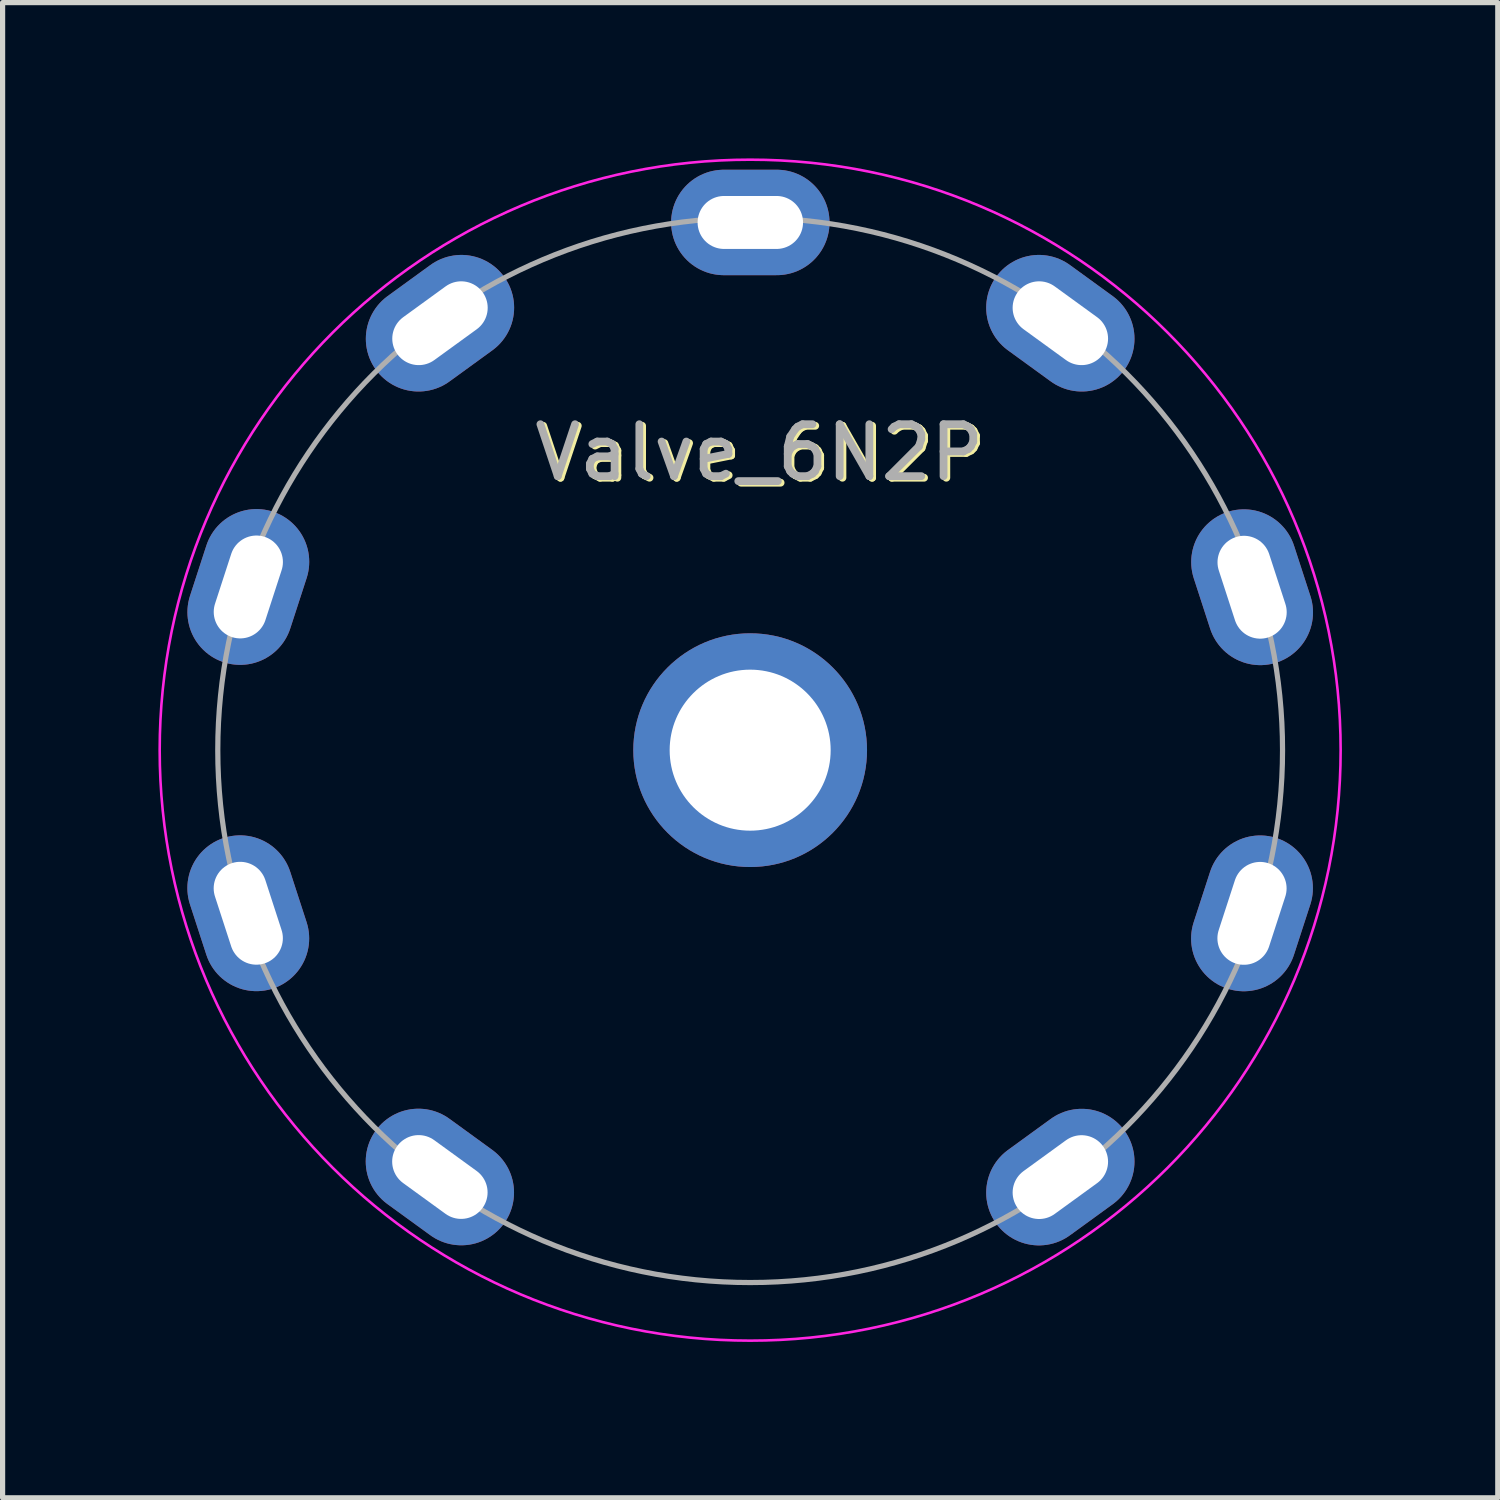
<source format=kicad_pcb>
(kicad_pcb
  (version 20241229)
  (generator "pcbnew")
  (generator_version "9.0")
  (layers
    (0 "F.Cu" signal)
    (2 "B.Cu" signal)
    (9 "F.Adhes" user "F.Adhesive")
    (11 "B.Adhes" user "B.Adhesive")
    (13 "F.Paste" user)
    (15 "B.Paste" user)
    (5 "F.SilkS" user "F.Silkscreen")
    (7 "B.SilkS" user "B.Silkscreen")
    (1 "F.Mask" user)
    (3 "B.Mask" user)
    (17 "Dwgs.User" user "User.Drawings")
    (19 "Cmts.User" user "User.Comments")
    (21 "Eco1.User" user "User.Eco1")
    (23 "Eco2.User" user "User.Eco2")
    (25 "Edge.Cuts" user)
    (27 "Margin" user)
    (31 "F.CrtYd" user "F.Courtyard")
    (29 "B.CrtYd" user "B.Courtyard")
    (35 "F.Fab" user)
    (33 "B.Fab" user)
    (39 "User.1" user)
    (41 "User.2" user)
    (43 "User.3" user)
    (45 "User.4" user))
  (footprint "Valve_6N2P"
    (layer "F.Cu")
    (at 14.843 16.143)
    (property "Reference" "Valve_6N2P" (at -3.221 -10.45 0) (layer "F.SilkS") (effects (font (size 1 1) (thickness 0.15))))
    (attr through_hole)
    (fp_circle (center -3.45 -4.75) (end -3.643 -16.117) (stroke (width 0.05) (type solid)) (fill no) (layer "F.CrtYd"))
    (fp_circle (center -3.45 -4.75) (end -3.45 -15) (stroke (width 0.1) (type solid)) (fill no) (layer "F.Fab"))
    (fp_text user "${REFERENCE}" (at -3.274 -10.48 0) (layer "F.Fab") (effects (font (size 1 1) (thickness 0.15))))
    (pad "1" thru_hole oval (at 2.522 3.47 306) (size 2.03 3.05) (drill oval 1.02 2.03) (layers "*.Cu" "*.Mask"))
    (pad "2" thru_hole oval (at 6.212 -1.608 342) (size 2.03 3.05) (drill oval 1.02 2.03) (layers "*.Cu" "*.Mask"))
    (pad "3" thru_hole oval (at 6.214 -7.887 18) (size 2.03 3.05) (drill oval 1.02 2.03) (layers "*.Cu" "*.Mask"))
    (pad "4" thru_hole oval (at 2.522 -12.97 54) (size 2.03 3.05) (drill oval 1.02 2.03) (layers "*.Cu" "*.Mask"))
    (pad "5" thru_hole oval (at -3.447 -14.91 90) (size 2.03 3.05) (drill oval 1.02 2.03) (layers "*.Cu" "*.Mask"))
    (pad "6" thru_hole oval (at -9.422 -12.97 306) (size 2.03 3.05) (drill oval 1.02 2.03) (layers "*.Cu" "*.Mask"))
    (pad "7" thru_hole oval (at -13.112 -7.892 342) (size 2.03 3.05) (drill oval 1.02 2.03) (layers "*.Cu" "*.Mask"))
    (pad "8" thru_hole oval (at -13.113 -1.61 18) (size 2.03 3.05) (drill oval 1.02 2.03) (layers "*.Cu" "*.Mask"))
    (pad "9" thru_hole oval (at -9.424 3.468 54) (size 2.03 3.05) (drill oval 1.02 2.03) (layers "*.Cu" "*.Mask"))
    (pad "9" thru_hole circle (at -3.45 -4.75) (size 4.5 4.5) (drill 3.1) (layers "*.Cu" "*.Mask")))
  (gr_rect
    (start -3 -3)
    (end 25.787 25.787)
    (stroke (width 0.1) (type default))
    (fill no)
    (layer "Edge.Cuts")))
</source>
